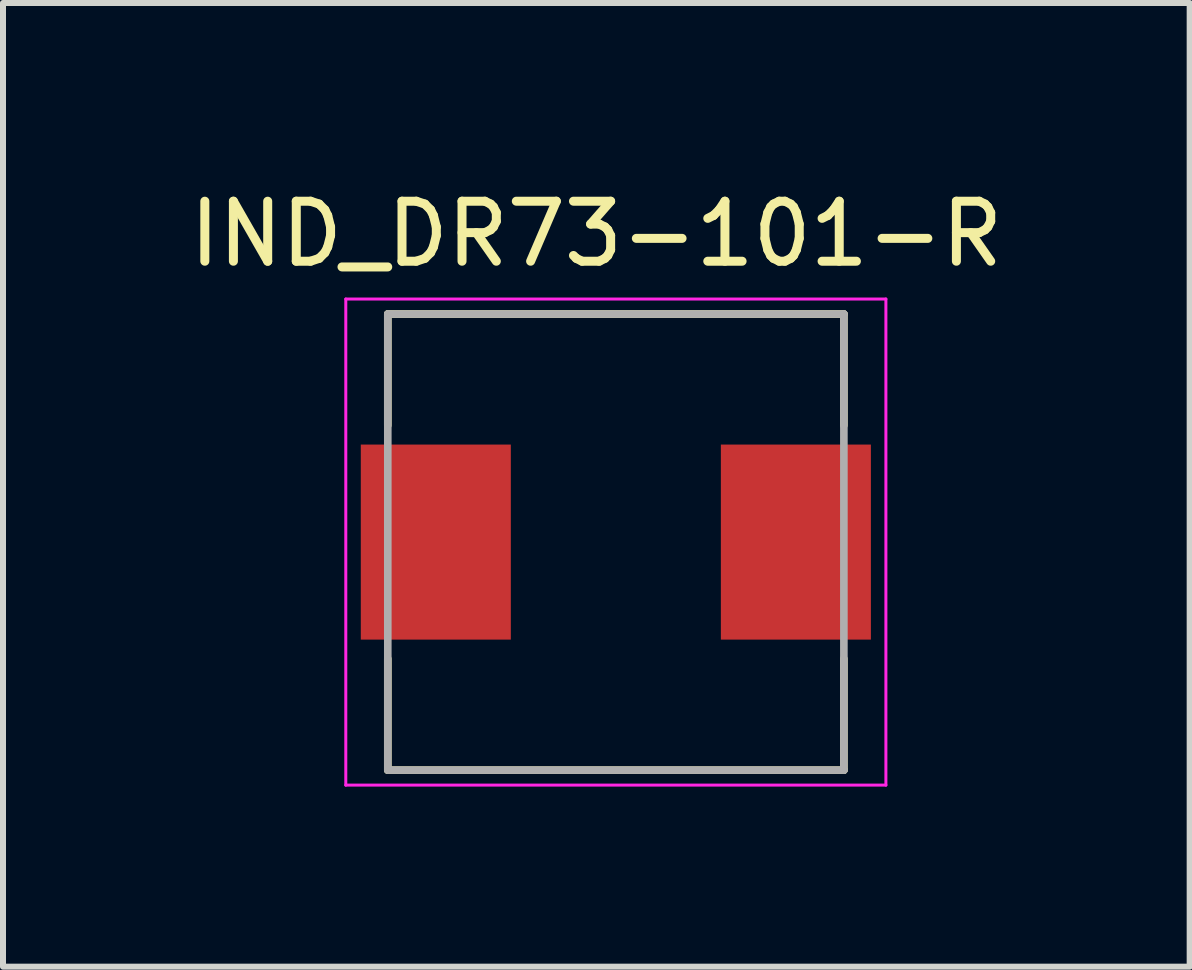
<source format=kicad_pcb>
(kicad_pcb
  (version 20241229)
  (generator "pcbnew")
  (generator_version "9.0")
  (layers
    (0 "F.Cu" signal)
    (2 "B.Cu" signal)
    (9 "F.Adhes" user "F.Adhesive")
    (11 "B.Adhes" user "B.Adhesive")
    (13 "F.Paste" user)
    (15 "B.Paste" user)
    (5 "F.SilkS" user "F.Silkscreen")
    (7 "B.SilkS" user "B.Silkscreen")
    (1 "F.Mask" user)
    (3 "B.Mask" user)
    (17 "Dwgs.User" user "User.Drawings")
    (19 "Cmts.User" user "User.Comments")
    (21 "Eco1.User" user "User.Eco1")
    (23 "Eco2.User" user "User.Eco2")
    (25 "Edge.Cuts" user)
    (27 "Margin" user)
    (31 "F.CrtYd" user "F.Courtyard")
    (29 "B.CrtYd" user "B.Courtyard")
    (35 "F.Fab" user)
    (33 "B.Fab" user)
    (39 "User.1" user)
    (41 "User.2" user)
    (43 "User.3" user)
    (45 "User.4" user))
  (footprint "IND_DR73-101-R"
    (layer "F.Cu")
    (at 7.212 5.983)
    (property "Reference" "IND_DR73-101-R" (at -0.325 -5.135 0) (layer "F.SilkS") (effects (font (size 1 1) (thickness 0.15))))
    (attr smd)
    (fp_line (start -3.8 -3.8) (end -3.8 -1.945) (stroke (width 0.127) (type solid)) (layer "F.SilkS"))
    (fp_line (start -3.8 1.945) (end -3.8 3.8) (stroke (width 0.127) (type solid)) (layer "F.SilkS"))
    (fp_line (start -3.8 3.8) (end 3.8 3.8) (stroke (width 0.127) (type solid)) (layer "F.SilkS"))
    (fp_line (start 3.8 -3.8) (end -3.8 -3.8) (stroke (width 0.127) (type solid)) (layer "F.SilkS"))
    (fp_line (start 3.8 -1.945) (end 3.8 -3.8) (stroke (width 0.127) (type solid)) (layer "F.SilkS"))
    (fp_line (start 3.8 3.8) (end 3.8 1.945) (stroke (width 0.127) (type solid)) (layer "F.SilkS"))
    (fp_line (start -4.5 -4.05) (end 4.5 -4.05) (stroke (width 0.05) (type solid)) (layer "F.CrtYd"))
    (fp_line (start -4.5 4.05) (end -4.5 -4.05) (stroke (width 0.05) (type solid)) (layer "F.CrtYd"))
    (fp_line (start 4.5 -4.05) (end 4.5 4.05) (stroke (width 0.05) (type solid)) (layer "F.CrtYd"))
    (fp_line (start 4.5 4.05) (end -4.5 4.05) (stroke (width 0.05) (type solid)) (layer "F.CrtYd"))
    (fp_line (start -3.8 -3.8) (end -3.8 3.8) (stroke (width 0.127) (type solid)) (layer "F.Fab"))
    (fp_line (start -3.8 3.8) (end 3.8 3.8) (stroke (width 0.127) (type solid)) (layer "F.Fab"))
    (fp_line (start 3.8 -3.8) (end -3.8 -3.8) (stroke (width 0.127) (type solid)) (layer "F.Fab"))
    (fp_line (start 3.8 3.8) (end 3.8 -3.8) (stroke (width 0.127) (type solid)) (layer "F.Fab"))
    (pad "1" smd rect (at -3 0) (size 2.5 3.25) (layers "F.Cu" "F.Mask" "F.Paste"))
    (pad "2" smd rect (at 3 0) (size 2.5 3.25) (layers "F.Cu" "F.Mask" "F.Paste")))
  (gr_rect
    (start -3 -3)
    (end 16.774 13.058)
    (stroke (width 0.1) (type default))
    (fill no)
    (layer "Edge.Cuts")))
</source>
